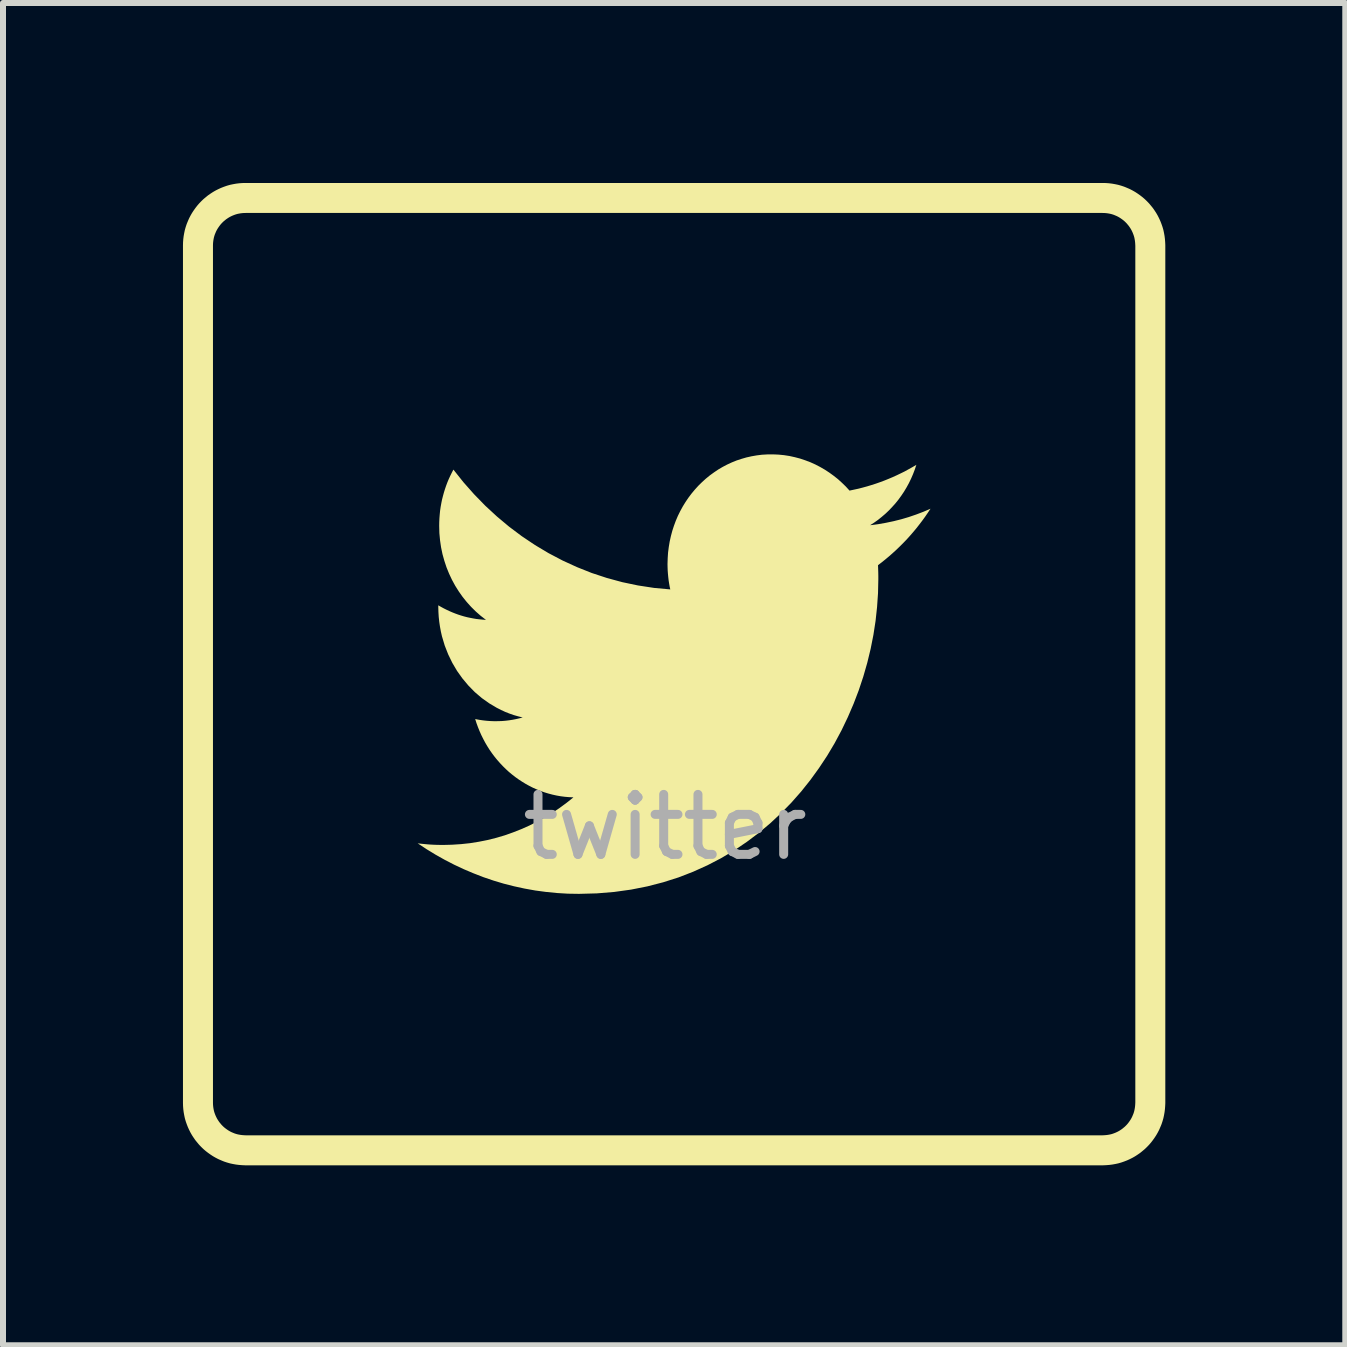
<source format=kicad_pcb>
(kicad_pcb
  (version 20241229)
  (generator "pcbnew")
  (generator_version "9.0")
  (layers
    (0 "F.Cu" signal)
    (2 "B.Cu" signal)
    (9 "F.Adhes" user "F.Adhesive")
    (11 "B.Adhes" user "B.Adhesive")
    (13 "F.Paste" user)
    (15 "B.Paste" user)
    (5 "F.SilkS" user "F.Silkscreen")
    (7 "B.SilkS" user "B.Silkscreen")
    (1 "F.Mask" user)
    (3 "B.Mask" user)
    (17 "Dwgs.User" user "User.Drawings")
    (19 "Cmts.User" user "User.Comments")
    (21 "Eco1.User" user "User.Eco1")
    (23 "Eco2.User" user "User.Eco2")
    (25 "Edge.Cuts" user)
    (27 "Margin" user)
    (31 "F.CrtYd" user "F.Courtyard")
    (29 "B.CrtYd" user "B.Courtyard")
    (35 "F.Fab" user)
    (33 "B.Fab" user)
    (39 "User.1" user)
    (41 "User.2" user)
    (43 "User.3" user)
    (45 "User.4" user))
  (footprint "twitter"
    (layer "F.Cu")
    (at 8.037 8.237)
    (property "Reference" "twitter" (at 0 -0.5 0) (unlocked yes) (layer "F.SilkS") (effects (font (size 1 1) (thickness 0.1))))
    (attr smd)
    (fp_poly (pts (xy 7.336 -7.986) (xy 7.376 -7.983) (xy 7.416 -7.978) (xy 7.455 -7.971) (xy 7.493 -7.963) (xy 7.531 -7.952) (xy 7.567 -7.94) (xy 7.603 -7.925) (xy 7.638 -7.91) (xy 7.673 -7.892) (xy 7.706 -7.873) (xy 7.738 -7.852) (xy 7.769 -7.83) (xy 7.799 -7.807) (xy 7.828 -7.782) (xy 7.855 -7.756) (xy 7.882 -7.728) (xy 7.906 -7.699) (xy 7.93 -7.67) (xy 7.952 -7.638) (xy 7.973 -7.606) (xy 7.992 -7.573) (xy 8.009 -7.539) (xy 8.025 -7.504) (xy 8.039 -7.468) (xy 8.052 -7.431) (xy 8.063 -7.393) (xy 8.071 -7.355) (xy 8.078 -7.316) (xy 8.083 -7.276) (xy 8.086 -7.236) (xy 8.088 -7.195) (xy 8.088 7.095) (xy 8.086 7.136) (xy 8.083 7.176) (xy 8.078 7.216) (xy 8.071 7.255) (xy 8.063 7.293) (xy 8.052 7.331) (xy 8.04 7.367) (xy 8.025 7.403) (xy 8.01 7.438) (xy 7.992 7.473) (xy 7.973 7.506) (xy 7.952 7.538) (xy 7.93 7.569) (xy 7.907 7.599) (xy 7.882 7.628) (xy 7.856 7.655) (xy 7.828 7.682) (xy 7.799 7.706) (xy 7.77 7.73) (xy 7.738 7.752) (xy 7.706 7.773) (xy 7.673 7.792) (xy 7.639 7.809) (xy 7.604 7.825) (xy 7.568 7.839) (xy 7.531 7.852) (xy 7.493 7.863) (xy 7.455 7.871) (xy 7.416 7.878) (xy 7.376 7.883) (xy 7.336 7.886) (xy 7.295 7.888) (xy -6.995 7.888) (xy -7.036 7.886) (xy -7.076 7.883) (xy -7.116 7.878) (xy -7.155 7.871) (xy -7.193 7.863) (xy -7.231 7.852) (xy -7.267 7.84) (xy -7.303 7.825) (xy -7.338 7.81) (xy -7.373 7.792) (xy -7.406 7.773) (xy -7.438 7.752) (xy -7.469 7.73) (xy -7.499 7.707) (xy -7.528 7.682) (xy -7.555 7.656) (xy -7.582 7.628) (xy -7.606 7.599) (xy -7.63 7.57) (xy -7.652 7.538) (xy -7.673 7.506) (xy -7.692 7.473) (xy -7.709 7.439) (xy -7.725 7.404) (xy -7.739 7.368) (xy -7.752 7.331) (xy -7.763 7.293) (xy -7.771 7.255) (xy -7.778 7.216) (xy -7.783 7.176) (xy -7.786 7.136) (xy -7.787 7.095) (xy -7.787 -7.195) (xy -7.786 -7.236) (xy -7.783 -7.276) (xy -7.778 -7.316) (xy -7.771 -7.355) (xy -7.763 -7.393) (xy -7.752 -7.431) (xy -7.74 -7.467) (xy -7.725 -7.503) (xy -7.71 -7.538) (xy -7.692 -7.573) (xy -7.673 -7.606) (xy -7.652 -7.638) (xy -7.63 -7.669) (xy -7.607 -7.699) (xy -7.582 -7.728) (xy -7.556 -7.755) (xy -7.528 -7.782) (xy -7.499 -7.806) (xy -7.47 -7.83) (xy -7.438 -7.852) (xy -7.406 -7.873) (xy -7.373 -7.892) (xy -7.339 -7.909) (xy -7.304 -7.925) (xy -7.268 -7.939) (xy -7.231 -7.952) (xy -7.193 -7.963) (xy -7.155 -7.971) (xy -7.116 -7.978) (xy -7.076 -7.983) (xy -7.036 -7.986) (xy -6.995 -7.987) (xy 7.295 -7.987)) (stroke (width 0.5) (type solid)) (fill no) (layer "F.SilkS"))
    (fp_poly (pts (xy 1.888 -3.709) (xy 1.981 -3.7) (xy 2.072 -3.686) (xy 2.162 -3.666) (xy 2.25 -3.643) (xy 2.336 -3.614) (xy 2.421 -3.582) (xy 2.503 -3.545) (xy 2.584 -3.503) (xy 2.662 -3.458) (xy 2.737 -3.409) (xy 2.81 -3.356) (xy 2.881 -3.3) (xy 2.948 -3.239) (xy 3.013 -3.176) (xy 3.074 -3.109) (xy 3.149 -3.125) (xy 3.223 -3.141) (xy 3.296 -3.16) (xy 3.369 -3.18) (xy 3.441 -3.202) (xy 3.513 -3.225) (xy 3.584 -3.25) (xy 3.654 -3.276) (xy 3.723 -3.304) (xy 3.792 -3.333) (xy 3.86 -3.364) (xy 3.927 -3.396) (xy 3.994 -3.429) (xy 4.059 -3.465) (xy 4.124 -3.501) (xy 4.188 -3.539) (xy 4.162 -3.46) (xy 4.132 -3.382) (xy 4.099 -3.306) (xy 4.063 -3.232) (xy 4.024 -3.161) (xy 3.982 -3.091) (xy 3.937 -3.024) (xy 3.889 -2.958) (xy 3.839 -2.896) (xy 3.785 -2.836) (xy 3.73 -2.778) (xy 3.672 -2.723) (xy 3.611 -2.671) (xy 3.549 -2.621) (xy 3.484 -2.575) (xy 3.417 -2.532) (xy 3.483 -2.54) (xy 3.549 -2.549) (xy 3.68 -2.572) (xy 3.808 -2.599) (xy 3.936 -2.631) (xy 4.061 -2.668) (xy 4.184 -2.71) (xy 4.305 -2.756) (xy 4.424 -2.807) (xy 4.379 -2.739) (xy 4.333 -2.672) (xy 4.285 -2.606) (xy 4.236 -2.542) (xy 4.186 -2.478) (xy 4.134 -2.416) (xy 4.081 -2.355) (xy 4.027 -2.295) (xy 3.971 -2.237) (xy 3.914 -2.18) (xy 3.856 -2.124) (xy 3.797 -2.07) (xy 3.737 -2.017) (xy 3.675 -1.965) (xy 3.613 -1.915) (xy 3.549 -1.866) (xy 3.551 -1.807) (xy 3.553 -1.747) (xy 3.554 -1.688) (xy 3.554 -1.628) (xy 3.549 -1.399) (xy 3.533 -1.168) (xy 3.508 -0.936) (xy 3.472 -0.703) (xy 3.426 -0.471) (xy 3.37 -0.24) (xy 3.304 -0.01) (xy 3.228 0.219) (xy 3.142 0.444) (xy 3.046 0.667) (xy 2.941 0.886) (xy 2.826 1.101) (xy 2.701 1.311) (xy 2.566 1.515) (xy 2.422 1.714) (xy 2.269 1.906) (xy 2.106 2.091) (xy 1.933 2.268) (xy 1.752 2.437) (xy 1.561 2.597) (xy 1.36 2.748) (xy 1.151 2.889) (xy 0.932 3.019) (xy 0.705 3.137) (xy 0.468 3.244) (xy 0.223 3.339) (xy -0.032 3.42) (xy -0.295 3.488) (xy -0.567 3.542) (xy -0.848 3.581) (xy -1.138 3.605) (xy -1.436 3.613) (xy -1.621 3.61) (xy -1.804 3.599) (xy -1.985 3.581) (xy -2.164 3.557) (xy -2.342 3.525) (xy -2.517 3.487) (xy -2.69 3.443) (xy -2.86 3.392) (xy -3.028 3.335) (xy -3.193 3.271) (xy -3.356 3.202) (xy -3.516 3.127) (xy -3.673 3.046) (xy -3.826 2.96) (xy -3.977 2.868) (xy -4.124 2.771) (xy -4.072 2.777) (xy -4.021 2.782) (xy -3.969 2.787) (xy -3.917 2.791) (xy -3.864 2.794) (xy -3.811 2.796) (xy -3.759 2.797) (xy -3.706 2.798) (xy -3.552 2.794) (xy -3.401 2.784) (xy -3.251 2.768) (xy -3.103 2.744) (xy -2.957 2.715) (xy -2.814 2.679) (xy -2.672 2.637) (xy -2.534 2.588) (xy -2.397 2.534) (xy -2.264 2.475) (xy -2.133 2.409) (xy -2.006 2.339) (xy -1.881 2.263) (xy -1.76 2.182) (xy -1.642 2.095) (xy -1.528 2.004) (xy -1.599 2.001) (xy -1.67 1.995) (xy -1.74 1.986) (xy -1.809 1.974) (xy -1.877 1.959) (xy -1.945 1.941) (xy -2.011 1.921) (xy -2.076 1.898) (xy -2.14 1.872) (xy -2.203 1.844) (xy -2.264 1.813) (xy -2.324 1.78) (xy -2.383 1.744) (xy -2.441 1.706) (xy -2.497 1.666) (xy -2.551 1.624) (xy -2.604 1.58) (xy -2.655 1.533) (xy -2.704 1.485) (xy -2.752 1.434) (xy -2.798 1.382) (xy -2.842 1.328) (xy -2.884 1.272) (xy -2.924 1.215) (xy -2.962 1.155) (xy -2.998 1.094) (xy -3.031 1.032) (xy -3.063 0.968) (xy -3.092 0.903) (xy -3.119 0.836) (xy -3.144 0.768) (xy -3.166 0.699) (xy -3.126 0.707) (xy -3.085 0.714) (xy -3.044 0.72) (xy -3.003 0.725) (xy -2.962 0.729) (xy -2.92 0.732) (xy -2.878 0.734) (xy -2.836 0.735) (xy -2.776 0.734) (xy -2.717 0.732) (xy -2.658 0.727) (xy -2.6 0.72) (xy -2.543 0.711) (xy -2.486 0.7) (xy -2.429 0.687) (xy -2.374 0.673) (xy -2.449 0.654) (xy -2.522 0.633) (xy -2.594 0.608) (xy -2.665 0.58) (xy -2.734 0.548) (xy -2.802 0.514) (xy -2.932 0.437) (xy -3.056 0.349) (xy -3.172 0.25) (xy -3.279 0.141) (xy -3.378 0.023) (xy -3.468 -0.103) (xy -3.547 -0.237) (xy -3.616 -0.379) (xy -3.674 -0.527) (xy -3.72 -0.681) (xy -3.738 -0.76) (xy -3.753 -0.841) (xy -3.765 -0.922) (xy -3.774 -1.005) (xy -3.779 -1.089) (xy -3.781 -1.173) (xy -3.781 -1.185) (xy -3.781 -1.191) (xy -3.781 -1.197) (xy -3.736 -1.171) (xy -3.69 -1.146) (xy -3.644 -1.123) (xy -3.597 -1.101) (xy -3.549 -1.08) (xy -3.501 -1.061) (xy -3.452 -1.043) (xy -3.403 -1.027) (xy -3.352 -1.012) (xy -3.302 -0.999) (xy -3.25 -0.988) (xy -3.198 -0.978) (xy -3.146 -0.969) (xy -3.093 -0.963) (xy -3.04 -0.958) (xy -2.986 -0.954) (xy -3.073 -1.021) (xy -3.155 -1.093) (xy -3.233 -1.17) (xy -3.307 -1.252) (xy -3.376 -1.338) (xy -3.44 -1.429) (xy -3.499 -1.523) (xy -3.553 -1.622) (xy -3.601 -1.724) (xy -3.644 -1.83) (xy -3.68 -1.939) (xy -3.711 -2.05) (xy -3.735 -2.165) (xy -3.752 -2.282) (xy -3.763 -2.4) (xy -3.766 -2.521) (xy -3.765 -2.586) (xy -3.762 -2.649) (xy -3.757 -2.712) (xy -3.751 -2.774) (xy -3.742 -2.836) (xy -3.731 -2.897) (xy -3.719 -2.957) (xy -3.704 -3.016) (xy -3.688 -3.075) (xy -3.67 -3.133) (xy -3.651 -3.189) (xy -3.63 -3.245) (xy -3.607 -3.3) (xy -3.582 -3.354) (xy -3.556 -3.407) (xy -3.529 -3.459) (xy -3.362 -3.249) (xy -3.185 -3.049) (xy -2.999 -2.858) (xy -2.804 -2.678) (xy -2.601 -2.508) (xy -2.389 -2.349) (xy -2.17 -2.202) (xy -1.944 -2.067) (xy -1.71 -1.944) (xy -1.47 -1.834) (xy -1.224 -1.736) (xy -0.972 -1.653) (xy -0.715 -1.583) (xy -0.453 -1.528) (xy -0.185 -1.487) (xy 0.086 -1.462) (xy 0.075 -1.513) (xy 0.066 -1.565) (xy 0.058 -1.617) (xy 0.052 -1.67) (xy 0.047 -1.723) (xy 0.043 -1.777) (xy 0.041 -1.831) (xy 0.04 -1.885) (xy 0.043 -1.981) (xy 0.049 -2.075) (xy 0.061 -2.168) (xy 0.076 -2.259) (xy 0.096 -2.349) (xy 0.119 -2.436) (xy 0.147 -2.522) (xy 0.178 -2.606) (xy 0.213 -2.688) (xy 0.252 -2.767) (xy 0.294 -2.844) (xy 0.34 -2.919) (xy 0.389 -2.991) (xy 0.441 -3.06) (xy 0.496 -3.126) (xy 0.554 -3.19) (xy 0.615 -3.25) (xy 0.679 -3.308) (xy 0.745 -3.362) (xy 0.814 -3.412) (xy 0.885 -3.46) (xy 0.958 -3.503) (xy 1.034 -3.543) (xy 1.112 -3.579) (xy 1.191 -3.611) (xy 1.273 -3.638) (xy 1.356 -3.662) (xy 1.441 -3.681) (xy 1.527 -3.696) (xy 1.615 -3.707) (xy 1.704 -3.712) (xy 1.794 -3.713)) (stroke (width -0.000001) (type solid)) (fill yes) (layer "F.SilkS"))
    (fp_text user "${REFERENCE}" (at 0 2.5 0) (unlocked yes) (layer "F.Fab") (effects (font (size 1 1) (thickness 0.15)))))
  (gr_rect
    (start -3 -3)
    (end 19.375 19.375)
    (stroke (width 0.1) (type default))
    (fill no)
    (layer "Edge.Cuts")))
</source>
